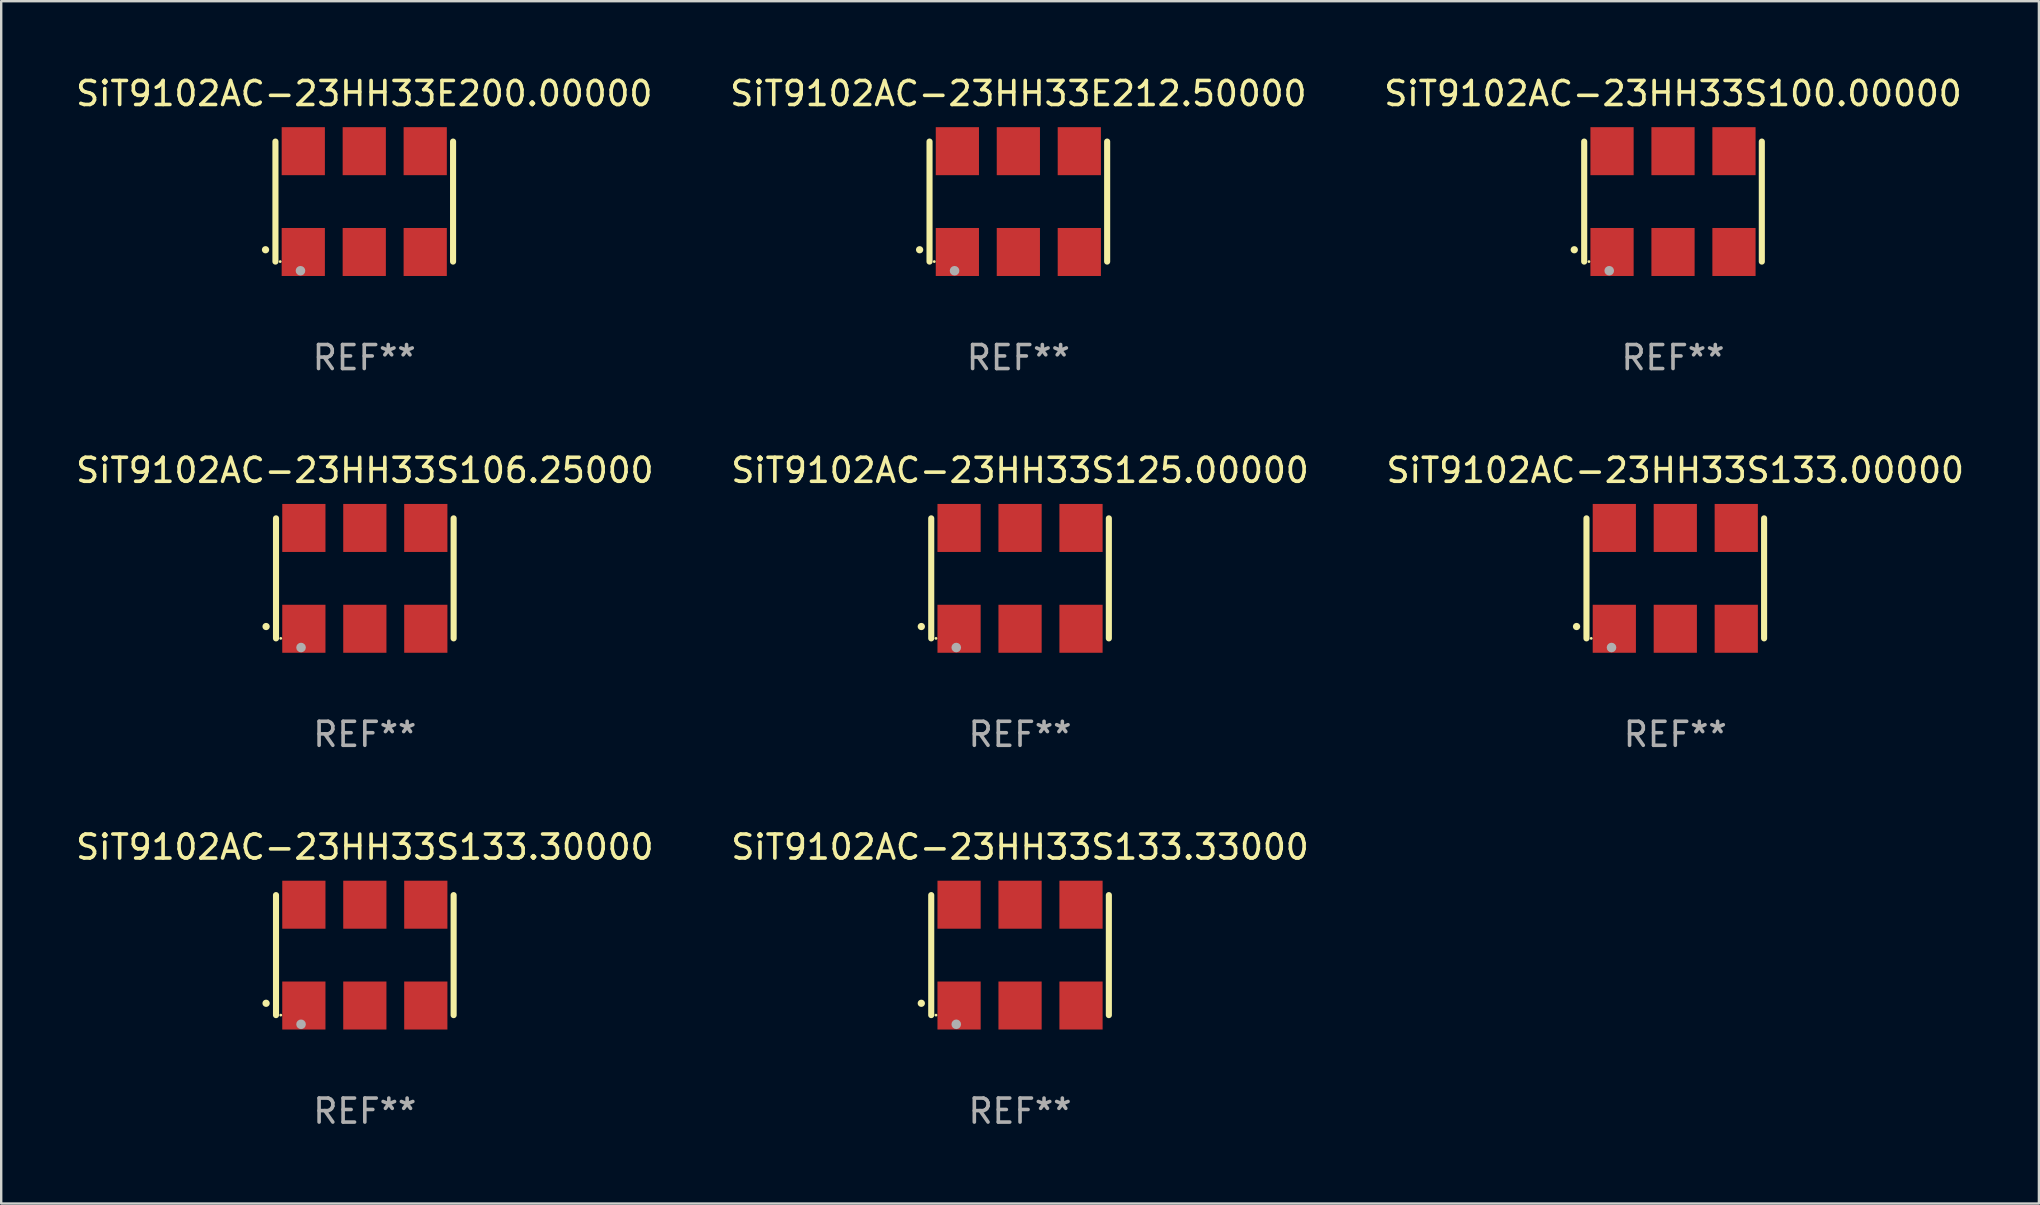
<source format=kicad_pcb>
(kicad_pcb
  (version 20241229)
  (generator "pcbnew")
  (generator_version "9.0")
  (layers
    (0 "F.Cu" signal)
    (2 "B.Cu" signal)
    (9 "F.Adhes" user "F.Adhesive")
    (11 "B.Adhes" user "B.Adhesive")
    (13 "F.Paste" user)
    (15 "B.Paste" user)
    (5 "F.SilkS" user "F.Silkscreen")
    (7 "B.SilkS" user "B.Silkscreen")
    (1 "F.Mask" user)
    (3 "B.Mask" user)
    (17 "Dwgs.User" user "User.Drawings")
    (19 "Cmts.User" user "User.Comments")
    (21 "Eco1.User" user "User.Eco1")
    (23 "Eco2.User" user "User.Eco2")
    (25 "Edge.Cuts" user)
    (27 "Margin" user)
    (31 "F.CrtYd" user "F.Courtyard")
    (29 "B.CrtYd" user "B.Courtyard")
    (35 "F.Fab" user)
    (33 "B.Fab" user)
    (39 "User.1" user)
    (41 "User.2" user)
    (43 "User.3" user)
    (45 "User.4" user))
  (footprint "SiT9102AC-23HH33S133.00000"
    (layer "F.Cu")
    (at 66.744 21.045)
    (property "Reference" "SiT9102AC-23HH33S133.00000" (at 0 -4.5 0) (layer "F.SilkS") (effects (font (size 1 1) (thickness 0.15))))
    (attr through_hole)
    (fp_line (start -3.7 -2.5) (end -3.7 2.5) (stroke (width 0.254) (type solid)) (layer "F.SilkS"))
    (fp_line (start 3.7 -2.5) (end 3.7 2.5) (stroke (width 0.254) (type solid)) (layer "F.SilkS"))
    (fp_arc (start -4.114415 2.006604) (mid -4.113145 2.006599) (end -4.111875 2.006604) (stroke (width 0.3) (type solid)) (layer "F.SilkS"))
    (fp_circle (center -3.502 2.5) (end -3.472 2.5) (stroke (width 0.06) (type solid)) (fill no) (layer "F.SilkS"))
    (fp_circle (center -2.657 2.882) (end -2.557 2.882) (stroke (width 0.2) (type solid)) (fill no) (layer "F.Fab"))
    (fp_text user "REF**" (at 0 6.5 0) (layer "F.Fab") (effects (font (size 1 1) (thickness 0.15))))
    (pad "1" smd rect (at -2.54 2.1) (size 1.8 2) (layers "F.Cu" "F.Mask" "F.Paste"))
    (pad "2" smd rect (at 0.000394 2.1) (size 1.8 2) (layers "F.Cu" "F.Mask" "F.Paste"))
    (pad "3" smd rect (at 2.54 2.1) (size 1.8 2) (layers "F.Cu" "F.Mask" "F.Paste"))
    (pad "4" smd rect (at 2.54 -2.1) (size 1.8 2) (layers "F.Cu" "F.Mask" "F.Paste"))
    (pad "5" smd rect (at 0.000394 -2.1) (size 1.8 2) (layers "F.Cu" "F.Mask" "F.Paste"))
    (pad "6" smd rect (at -2.54 -2.1) (size 1.8 2) (layers "F.Cu" "F.Mask" "F.Paste")))
  (footprint "SiT9102AC-23HH33S133.30000"
    (layer "F.Cu")
    (at 12.149 36.741)
    (property "Reference" "SiT9102AC-23HH33S133.30000" (at 0 -4.5 0) (layer "F.SilkS") (effects (font (size 1 1) (thickness 0.15))))
    (attr through_hole)
    (fp_line (start -3.7 -2.5) (end -3.7 2.5) (stroke (width 0.254) (type solid)) (layer "F.SilkS"))
    (fp_line (start 3.7 -2.5) (end 3.7 2.5) (stroke (width 0.254) (type solid)) (layer "F.SilkS"))
    (fp_arc (start -4.114415 2.006604) (mid -4.113145 2.006599) (end -4.111875 2.006604) (stroke (width 0.3) (type solid)) (layer "F.SilkS"))
    (fp_circle (center -3.502 2.5) (end -3.472 2.5) (stroke (width 0.06) (type solid)) (fill no) (layer "F.SilkS"))
    (fp_circle (center -2.657 2.882) (end -2.557 2.882) (stroke (width 0.2) (type solid)) (fill no) (layer "F.Fab"))
    (fp_text user "REF**" (at 0 6.5 0) (layer "F.Fab") (effects (font (size 1 1) (thickness 0.15))))
    (pad "1" smd rect (at -2.54 2.1) (size 1.8 2) (layers "F.Cu" "F.Mask" "F.Paste"))
    (pad "2" smd rect (at 0.000394 2.1) (size 1.8 2) (layers "F.Cu" "F.Mask" "F.Paste"))
    (pad "3" smd rect (at 2.54 2.1) (size 1.8 2) (layers "F.Cu" "F.Mask" "F.Paste"))
    (pad "4" smd rect (at 2.54 -2.1) (size 1.8 2) (layers "F.Cu" "F.Mask" "F.Paste"))
    (pad "5" smd rect (at 0.000394 -2.1) (size 1.8 2) (layers "F.Cu" "F.Mask" "F.Paste"))
    (pad "6" smd rect (at -2.54 -2.1) (size 1.8 2) (layers "F.Cu" "F.Mask" "F.Paste")))
  (footprint "SiT9102AC-23HH33S125.00000"
    (layer "F.Cu")
    (at 39.446 21.045)
    (property "Reference" "SiT9102AC-23HH33S125.00000" (at 0 -4.5 0) (layer "F.SilkS") (effects (font (size 1 1) (thickness 0.15))))
    (attr through_hole)
    (fp_line (start -3.7 -2.5) (end -3.7 2.5) (stroke (width 0.254) (type solid)) (layer "F.SilkS"))
    (fp_line (start 3.7 -2.5) (end 3.7 2.5) (stroke (width 0.254) (type solid)) (layer "F.SilkS"))
    (fp_arc (start -4.114415 2.006604) (mid -4.113145 2.006599) (end -4.111875 2.006604) (stroke (width 0.3) (type solid)) (layer "F.SilkS"))
    (fp_circle (center -3.502 2.5) (end -3.472 2.5) (stroke (width 0.06) (type solid)) (fill no) (layer "F.SilkS"))
    (fp_circle (center -2.657 2.882) (end -2.557 2.882) (stroke (width 0.2) (type solid)) (fill no) (layer "F.Fab"))
    (fp_text user "REF**" (at 0 6.5 0) (layer "F.Fab") (effects (font (size 1 1) (thickness 0.15))))
    (pad "1" smd rect (at -2.54 2.1) (size 1.8 2) (layers "F.Cu" "F.Mask" "F.Paste"))
    (pad "2" smd rect (at 0.000394 2.1) (size 1.8 2) (layers "F.Cu" "F.Mask" "F.Paste"))
    (pad "3" smd rect (at 2.54 2.1) (size 1.8 2) (layers "F.Cu" "F.Mask" "F.Paste"))
    (pad "4" smd rect (at 2.54 -2.1) (size 1.8 2) (layers "F.Cu" "F.Mask" "F.Paste"))
    (pad "5" smd rect (at 0.000394 -2.1) (size 1.8 2) (layers "F.Cu" "F.Mask" "F.Paste"))
    (pad "6" smd rect (at -2.54 -2.1) (size 1.8 2) (layers "F.Cu" "F.Mask" "F.Paste")))
  (footprint "SiT9102AC-23HH33S133.33000"
    (layer "F.Cu")
    (at 39.446 36.741)
    (property "Reference" "SiT9102AC-23HH33S133.33000" (at 0 -4.5 0) (layer "F.SilkS") (effects (font (size 1 1) (thickness 0.15))))
    (attr through_hole)
    (fp_line (start -3.7 -2.5) (end -3.7 2.5) (stroke (width 0.254) (type solid)) (layer "F.SilkS"))
    (fp_line (start 3.7 -2.5) (end 3.7 2.5) (stroke (width 0.254) (type solid)) (layer "F.SilkS"))
    (fp_arc (start -4.114415 2.006604) (mid -4.113145 2.006599) (end -4.111875 2.006604) (stroke (width 0.3) (type solid)) (layer "F.SilkS"))
    (fp_circle (center -3.502 2.5) (end -3.472 2.5) (stroke (width 0.06) (type solid)) (fill no) (layer "F.SilkS"))
    (fp_circle (center -2.657 2.882) (end -2.557 2.882) (stroke (width 0.2) (type solid)) (fill no) (layer "F.Fab"))
    (fp_text user "REF**" (at 0 6.5 0) (layer "F.Fab") (effects (font (size 1 1) (thickness 0.15))))
    (pad "1" smd rect (at -2.54 2.1) (size 1.8 2) (layers "F.Cu" "F.Mask" "F.Paste"))
    (pad "2" smd rect (at 0.000394 2.1) (size 1.8 2) (layers "F.Cu" "F.Mask" "F.Paste"))
    (pad "3" smd rect (at 2.54 2.1) (size 1.8 2) (layers "F.Cu" "F.Mask" "F.Paste"))
    (pad "4" smd rect (at 2.54 -2.1) (size 1.8 2) (layers "F.Cu" "F.Mask" "F.Paste"))
    (pad "5" smd rect (at 0.000394 -2.1) (size 1.8 2) (layers "F.Cu" "F.Mask" "F.Paste"))
    (pad "6" smd rect (at -2.54 -2.1) (size 1.8 2) (layers "F.Cu" "F.Mask" "F.Paste")))
  (footprint "SiT9102AC-23HH33S100.00000"
    (layer "F.Cu")
    (at 66.649 5.348)
    (property "Reference" "SiT9102AC-23HH33S100.00000" (at 0 -4.5 0) (layer "F.SilkS") (effects (font (size 1 1) (thickness 0.15))))
    (attr through_hole)
    (fp_line (start -3.7 -2.5) (end -3.7 2.5) (stroke (width 0.254) (type solid)) (layer "F.SilkS"))
    (fp_line (start 3.7 -2.5) (end 3.7 2.5) (stroke (width 0.254) (type solid)) (layer "F.SilkS"))
    (fp_arc (start -4.114415 2.006604) (mid -4.113145 2.006599) (end -4.111875 2.006604) (stroke (width 0.3) (type solid)) (layer "F.SilkS"))
    (fp_circle (center -3.502 2.5) (end -3.472 2.5) (stroke (width 0.06) (type solid)) (fill no) (layer "F.SilkS"))
    (fp_circle (center -2.657 2.882) (end -2.557 2.882) (stroke (width 0.2) (type solid)) (fill no) (layer "F.Fab"))
    (fp_text user "REF**" (at 0 6.5 0) (layer "F.Fab") (effects (font (size 1 1) (thickness 0.15))))
    (pad "1" smd rect (at -2.54 2.1) (size 1.8 2) (layers "F.Cu" "F.Mask" "F.Paste"))
    (pad "2" smd rect (at 0.000394 2.1) (size 1.8 2) (layers "F.Cu" "F.Mask" "F.Paste"))
    (pad "3" smd rect (at 2.54 2.1) (size 1.8 2) (layers "F.Cu" "F.Mask" "F.Paste"))
    (pad "4" smd rect (at 2.54 -2.1) (size 1.8 2) (layers "F.Cu" "F.Mask" "F.Paste"))
    (pad "5" smd rect (at 0.000394 -2.1) (size 1.8 2) (layers "F.Cu" "F.Mask" "F.Paste"))
    (pad "6" smd rect (at -2.54 -2.1) (size 1.8 2) (layers "F.Cu" "F.Mask" "F.Paste")))
  (footprint "SiT9102AC-23HH33E212.50000"
    (layer "F.Cu")
    (at 39.375 5.348)
    (property "Reference" "SiT9102AC-23HH33E212.50000" (at 0 -4.5 0) (layer "F.SilkS") (effects (font (size 1 1) (thickness 0.15))))
    (attr through_hole)
    (fp_line (start -3.7 -2.5) (end -3.7 2.5) (stroke (width 0.254) (type solid)) (layer "F.SilkS"))
    (fp_line (start 3.7 -2.5) (end 3.7 2.5) (stroke (width 0.254) (type solid)) (layer "F.SilkS"))
    (fp_arc (start -4.114415 2.006604) (mid -4.113145 2.006599) (end -4.111875 2.006604) (stroke (width 0.3) (type solid)) (layer "F.SilkS"))
    (fp_circle (center -3.502 2.5) (end -3.472 2.5) (stroke (width 0.06) (type solid)) (fill no) (layer "F.SilkS"))
    (fp_circle (center -2.657 2.882) (end -2.557 2.882) (stroke (width 0.2) (type solid)) (fill no) (layer "F.Fab"))
    (fp_text user "REF**" (at 0 6.5 0) (layer "F.Fab") (effects (font (size 1 1) (thickness 0.15))))
    (pad "1" smd rect (at -2.54 2.1) (size 1.8 2) (layers "F.Cu" "F.Mask" "F.Paste"))
    (pad "2" smd rect (at 0.000394 2.1) (size 1.8 2) (layers "F.Cu" "F.Mask" "F.Paste"))
    (pad "3" smd rect (at 2.54 2.1) (size 1.8 2) (layers "F.Cu" "F.Mask" "F.Paste"))
    (pad "4" smd rect (at 2.54 -2.1) (size 1.8 2) (layers "F.Cu" "F.Mask" "F.Paste"))
    (pad "5" smd rect (at 0.000394 -2.1) (size 1.8 2) (layers "F.Cu" "F.Mask" "F.Paste"))
    (pad "6" smd rect (at -2.54 -2.1) (size 1.8 2) (layers "F.Cu" "F.Mask" "F.Paste")))
  (footprint "SiT9102AC-23HH33S106.25000"
    (layer "F.Cu")
    (at 12.149 21.045)
    (property "Reference" "SiT9102AC-23HH33S106.25000" (at 0 -4.5 0) (layer "F.SilkS") (effects (font (size 1 1) (thickness 0.15))))
    (attr through_hole)
    (fp_line (start -3.7 -2.5) (end -3.7 2.5) (stroke (width 0.254) (type solid)) (layer "F.SilkS"))
    (fp_line (start 3.7 -2.5) (end 3.7 2.5) (stroke (width 0.254) (type solid)) (layer "F.SilkS"))
    (fp_arc (start -4.114415 2.006604) (mid -4.113145 2.006599) (end -4.111875 2.006604) (stroke (width 0.3) (type solid)) (layer "F.SilkS"))
    (fp_circle (center -3.502 2.5) (end -3.472 2.5) (stroke (width 0.06) (type solid)) (fill no) (layer "F.SilkS"))
    (fp_circle (center -2.657 2.882) (end -2.557 2.882) (stroke (width 0.2) (type solid)) (fill no) (layer "F.Fab"))
    (fp_text user "REF**" (at 0 6.5 0) (layer "F.Fab") (effects (font (size 1 1) (thickness 0.15))))
    (pad "1" smd rect (at -2.54 2.1) (size 1.8 2) (layers "F.Cu" "F.Mask" "F.Paste"))
    (pad "2" smd rect (at 0.000394 2.1) (size 1.8 2) (layers "F.Cu" "F.Mask" "F.Paste"))
    (pad "3" smd rect (at 2.54 2.1) (size 1.8 2) (layers "F.Cu" "F.Mask" "F.Paste"))
    (pad "4" smd rect (at 2.54 -2.1) (size 1.8 2) (layers "F.Cu" "F.Mask" "F.Paste"))
    (pad "5" smd rect (at 0.000394 -2.1) (size 1.8 2) (layers "F.Cu" "F.Mask" "F.Paste"))
    (pad "6" smd rect (at -2.54 -2.1) (size 1.8 2) (layers "F.Cu" "F.Mask" "F.Paste")))
  (footprint "SiT9102AC-23HH33E200.00000"
    (layer "F.Cu")
    (at 12.125 5.348)
    (property "Reference" "SiT9102AC-23HH33E200.00000" (at 0 -4.5 0) (layer "F.SilkS") (effects (font (size 1 1) (thickness 0.15))))
    (attr through_hole)
    (fp_line (start -3.7 -2.5) (end -3.7 2.5) (stroke (width 0.254) (type solid)) (layer "F.SilkS"))
    (fp_line (start 3.7 -2.5) (end 3.7 2.5) (stroke (width 0.254) (type solid)) (layer "F.SilkS"))
    (fp_arc (start -4.114415 2.006604) (mid -4.113145 2.006599) (end -4.111875 2.006604) (stroke (width 0.3) (type solid)) (layer "F.SilkS"))
    (fp_circle (center -3.502 2.5) (end -3.472 2.5) (stroke (width 0.06) (type solid)) (fill no) (layer "F.SilkS"))
    (fp_circle (center -2.657 2.882) (end -2.557 2.882) (stroke (width 0.2) (type solid)) (fill no) (layer "F.Fab"))
    (fp_text user "REF**" (at 0 6.5 0) (layer "F.Fab") (effects (font (size 1 1) (thickness 0.15))))
    (pad "1" smd rect (at -2.54 2.1) (size 1.8 2) (layers "F.Cu" "F.Mask" "F.Paste"))
    (pad "2" smd rect (at 0.000394 2.1) (size 1.8 2) (layers "F.Cu" "F.Mask" "F.Paste"))
    (pad "3" smd rect (at 2.54 2.1) (size 1.8 2) (layers "F.Cu" "F.Mask" "F.Paste"))
    (pad "4" smd rect (at 2.54 -2.1) (size 1.8 2) (layers "F.Cu" "F.Mask" "F.Paste"))
    (pad "5" smd rect (at 0.000394 -2.1) (size 1.8 2) (layers "F.Cu" "F.Mask" "F.Paste"))
    (pad "6" smd rect (at -2.54 -2.1) (size 1.8 2) (layers "F.Cu" "F.Mask" "F.Paste")))
  (gr_rect
    (start -3 -3)
    (end 81.893 47.09)
    (stroke (width 0.1) (type default))
    (fill no)
    (layer "Edge.Cuts")))
</source>
